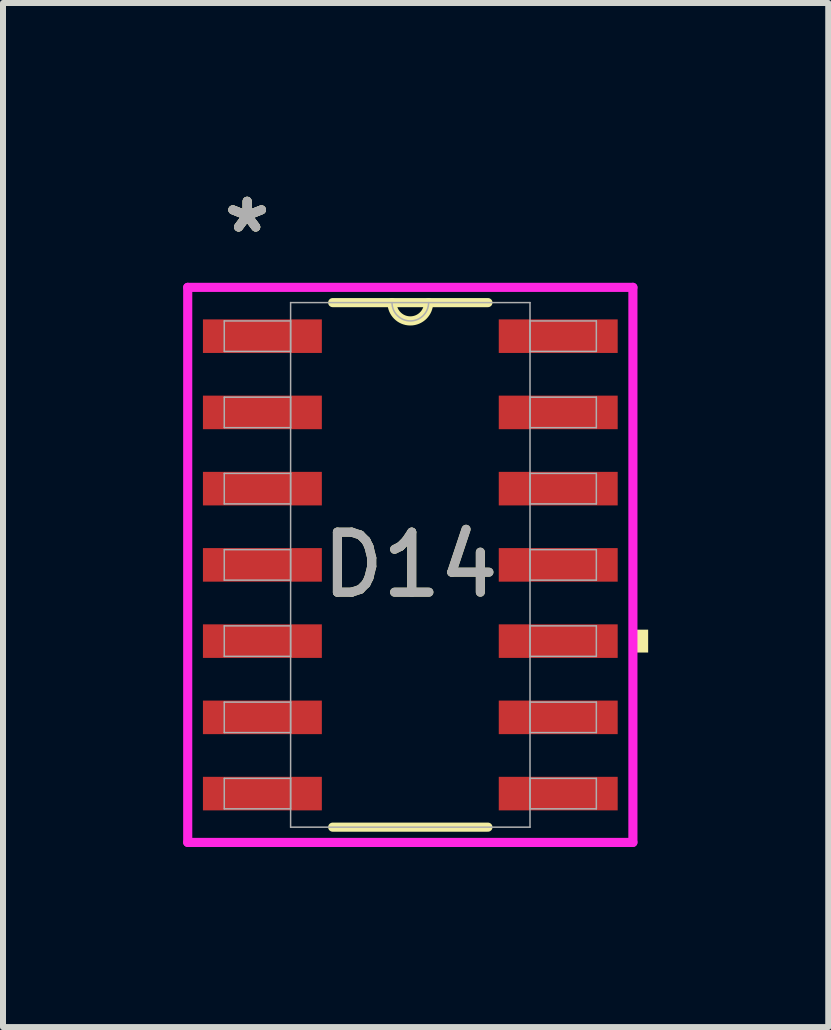
<source format=kicad_pcb>
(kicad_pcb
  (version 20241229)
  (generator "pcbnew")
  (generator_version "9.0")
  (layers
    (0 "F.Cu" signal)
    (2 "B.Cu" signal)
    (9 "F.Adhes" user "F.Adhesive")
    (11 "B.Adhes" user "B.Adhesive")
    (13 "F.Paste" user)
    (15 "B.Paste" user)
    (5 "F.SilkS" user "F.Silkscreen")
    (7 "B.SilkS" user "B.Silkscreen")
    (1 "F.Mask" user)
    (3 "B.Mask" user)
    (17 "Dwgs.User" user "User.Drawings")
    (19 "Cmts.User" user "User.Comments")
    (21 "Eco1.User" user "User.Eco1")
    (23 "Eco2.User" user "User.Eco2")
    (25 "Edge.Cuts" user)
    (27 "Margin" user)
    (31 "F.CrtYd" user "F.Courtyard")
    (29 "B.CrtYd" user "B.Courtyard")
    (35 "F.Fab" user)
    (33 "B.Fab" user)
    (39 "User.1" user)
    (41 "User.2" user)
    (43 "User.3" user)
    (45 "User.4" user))
  (footprint "D14"
    (layer "F.Cu")
    (at 3.785 6.36)
    (property "Reference" "D14" (at 0 0 0) (unlocked yes) (layer "F.SilkS") (effects (font (size 1 1) (thickness 0.15))))
    (attr smd)
    (fp_line (start -1.293 4.369) (end 1.293 4.369) (stroke (width 0.152) (type solid)) (layer "F.SilkS"))
    (fp_line (start 1.293 -4.369) (end -1.293 -4.369) (stroke (width 0.152) (type solid)) (layer "F.SilkS"))
    (fp_arc (start 0.3048 -4.3688) (mid 0 -4.064) (end -0.3048 -4.3688) (stroke (width 0.1524) (type solid)) (layer "F.SilkS"))
    (fp_poly (pts (xy 3.962 1.079) (xy 3.962 1.46) (xy 3.708 1.46) (xy 3.708 1.079)) (stroke (width 0) (type solid)) (fill yes) (layer "F.SilkS"))
    (fp_line (start -3.708 -4.623) (end 3.708 -4.623) (stroke (width 0.152) (type solid)) (layer "F.CrtYd"))
    (fp_line (start -3.708 4.623) (end -3.708 -4.623) (stroke (width 0.152) (type solid)) (layer "F.CrtYd"))
    (fp_line (start 3.708 -4.623) (end 3.708 4.623) (stroke (width 0.152) (type solid)) (layer "F.CrtYd"))
    (fp_line (start 3.708 4.623) (end -3.708 4.623) (stroke (width 0.152) (type solid)) (layer "F.CrtYd"))
    (fp_line (start -3.099 -4.064) (end -3.099 -3.556) (stroke (width 0.025) (type solid)) (layer "F.Fab"))
    (fp_line (start -3.099 -3.556) (end -1.994 -3.556) (stroke (width 0.025) (type solid)) (layer "F.Fab"))
    (fp_line (start -3.099 -2.794) (end -3.099 -2.286) (stroke (width 0.025) (type solid)) (layer "F.Fab"))
    (fp_line (start -3.099 -2.286) (end -1.994 -2.286) (stroke (width 0.025) (type solid)) (layer "F.Fab"))
    (fp_line (start -3.099 -1.524) (end -3.099 -1.016) (stroke (width 0.025) (type solid)) (layer "F.Fab"))
    (fp_line (start -3.099 -1.016) (end -1.994 -1.016) (stroke (width 0.025) (type solid)) (layer "F.Fab"))
    (fp_line (start -3.099 -0.254) (end -3.099 0.254) (stroke (width 0.025) (type solid)) (layer "F.Fab"))
    (fp_line (start -3.099 0.254) (end -1.994 0.254) (stroke (width 0.025) (type solid)) (layer "F.Fab"))
    (fp_line (start -3.099 1.016) (end -3.099 1.524) (stroke (width 0.025) (type solid)) (layer "F.Fab"))
    (fp_line (start -3.099 1.524) (end -1.994 1.524) (stroke (width 0.025) (type solid)) (layer "F.Fab"))
    (fp_line (start -3.099 2.286) (end -3.099 2.794) (stroke (width 0.025) (type solid)) (layer "F.Fab"))
    (fp_line (start -3.099 2.794) (end -1.994 2.794) (stroke (width 0.025) (type solid)) (layer "F.Fab"))
    (fp_line (start -3.099 3.556) (end -3.099 4.064) (stroke (width 0.025) (type solid)) (layer "F.Fab"))
    (fp_line (start -3.099 4.064) (end -1.994 4.064) (stroke (width 0.025) (type solid)) (layer "F.Fab"))
    (fp_line (start -1.994 -4.369) (end -1.994 4.369) (stroke (width 0.025) (type solid)) (layer "F.Fab"))
    (fp_line (start -1.994 -4.064) (end -3.099 -4.064) (stroke (width 0.025) (type solid)) (layer "F.Fab"))
    (fp_line (start -1.994 -3.556) (end -1.994 -4.064) (stroke (width 0.025) (type solid)) (layer "F.Fab"))
    (fp_line (start -1.994 -2.794) (end -3.099 -2.794) (stroke (width 0.025) (type solid)) (layer "F.Fab"))
    (fp_line (start -1.994 -2.286) (end -1.994 -2.794) (stroke (width 0.025) (type solid)) (layer "F.Fab"))
    (fp_line (start -1.994 -1.524) (end -3.099 -1.524) (stroke (width 0.025) (type solid)) (layer "F.Fab"))
    (fp_line (start -1.994 -1.016) (end -1.994 -1.524) (stroke (width 0.025) (type solid)) (layer "F.Fab"))
    (fp_line (start -1.994 -0.254) (end -3.099 -0.254) (stroke (width 0.025) (type solid)) (layer "F.Fab"))
    (fp_line (start -1.994 0.254) (end -1.994 -0.254) (stroke (width 0.025) (type solid)) (layer "F.Fab"))
    (fp_line (start -1.994 1.016) (end -3.099 1.016) (stroke (width 0.025) (type solid)) (layer "F.Fab"))
    (fp_line (start -1.994 1.524) (end -1.994 1.016) (stroke (width 0.025) (type solid)) (layer "F.Fab"))
    (fp_line (start -1.994 2.286) (end -3.099 2.286) (stroke (width 0.025) (type solid)) (layer "F.Fab"))
    (fp_line (start -1.994 2.794) (end -1.994 2.286) (stroke (width 0.025) (type solid)) (layer "F.Fab"))
    (fp_line (start -1.994 3.556) (end -3.099 3.556) (stroke (width 0.025) (type solid)) (layer "F.Fab"))
    (fp_line (start -1.994 4.064) (end -1.994 3.556) (stroke (width 0.025) (type solid)) (layer "F.Fab"))
    (fp_line (start -1.994 4.369) (end 1.994 4.369) (stroke (width 0.025) (type solid)) (layer "F.Fab"))
    (fp_line (start 1.994 -4.369) (end -1.994 -4.369) (stroke (width 0.025) (type solid)) (layer "F.Fab"))
    (fp_line (start 1.994 -4.064) (end 1.994 -3.556) (stroke (width 0.025) (type solid)) (layer "F.Fab"))
    (fp_line (start 1.994 -3.556) (end 3.099 -3.556) (stroke (width 0.025) (type solid)) (layer "F.Fab"))
    (fp_line (start 1.994 -2.794) (end 1.994 -2.286) (stroke (width 0.025) (type solid)) (layer "F.Fab"))
    (fp_line (start 1.994 -2.286) (end 3.099 -2.286) (stroke (width 0.025) (type solid)) (layer "F.Fab"))
    (fp_line (start 1.994 -1.524) (end 1.994 -1.016) (stroke (width 0.025) (type solid)) (layer "F.Fab"))
    (fp_line (start 1.994 -1.016) (end 3.099 -1.016) (stroke (width 0.025) (type solid)) (layer "F.Fab"))
    (fp_line (start 1.994 -0.254) (end 1.994 0.254) (stroke (width 0.025) (type solid)) (layer "F.Fab"))
    (fp_line (start 1.994 0.254) (end 3.099 0.254) (stroke (width 0.025) (type solid)) (layer "F.Fab"))
    (fp_line (start 1.994 1.016) (end 1.994 1.524) (stroke (width 0.025) (type solid)) (layer "F.Fab"))
    (fp_line (start 1.994 1.524) (end 3.099 1.524) (stroke (width 0.025) (type solid)) (layer "F.Fab"))
    (fp_line (start 1.994 2.286) (end 1.994 2.794) (stroke (width 0.025) (type solid)) (layer "F.Fab"))
    (fp_line (start 1.994 2.794) (end 3.099 2.794) (stroke (width 0.025) (type solid)) (layer "F.Fab"))
    (fp_line (start 1.994 3.556) (end 1.994 4.064) (stroke (width 0.025) (type solid)) (layer "F.Fab"))
    (fp_line (start 1.994 4.064) (end 3.099 4.064) (stroke (width 0.025) (type solid)) (layer "F.Fab"))
    (fp_line (start 1.994 4.369) (end 1.994 -4.369) (stroke (width 0.025) (type solid)) (layer "F.Fab"))
    (fp_line (start 3.099 -4.064) (end 1.994 -4.064) (stroke (width 0.025) (type solid)) (layer "F.Fab"))
    (fp_line (start 3.099 -3.556) (end 3.099 -4.064) (stroke (width 0.025) (type solid)) (layer "F.Fab"))
    (fp_line (start 3.099 -2.794) (end 1.994 -2.794) (stroke (width 0.025) (type solid)) (layer "F.Fab"))
    (fp_line (start 3.099 -2.286) (end 3.099 -2.794) (stroke (width 0.025) (type solid)) (layer "F.Fab"))
    (fp_line (start 3.099 -1.524) (end 1.994 -1.524) (stroke (width 0.025) (type solid)) (layer "F.Fab"))
    (fp_line (start 3.099 -1.016) (end 3.099 -1.524) (stroke (width 0.025) (type solid)) (layer "F.Fab"))
    (fp_line (start 3.099 -0.254) (end 1.994 -0.254) (stroke (width 0.025) (type solid)) (layer "F.Fab"))
    (fp_line (start 3.099 0.254) (end 3.099 -0.254) (stroke (width 0.025) (type solid)) (layer "F.Fab"))
    (fp_line (start 3.099 1.016) (end 1.994 1.016) (stroke (width 0.025) (type solid)) (layer "F.Fab"))
    (fp_line (start 3.099 1.524) (end 3.099 1.016) (stroke (width 0.025) (type solid)) (layer "F.Fab"))
    (fp_line (start 3.099 2.286) (end 1.994 2.286) (stroke (width 0.025) (type solid)) (layer "F.Fab"))
    (fp_line (start 3.099 2.794) (end 3.099 2.286) (stroke (width 0.025) (type solid)) (layer "F.Fab"))
    (fp_line (start 3.099 3.556) (end 1.994 3.556) (stroke (width 0.025) (type solid)) (layer "F.Fab"))
    (fp_line (start 3.099 4.064) (end 3.099 3.556) (stroke (width 0.025) (type solid)) (layer "F.Fab"))
    (fp_arc (start 0.3048 -4.3688) (mid 0 -4.064) (end -0.3048 -4.3688) (stroke (width 0.0254) (type solid)) (layer "F.Fab"))
    (fp_text user "*" (at -2.718 -5.512 0) (layer "F.SilkS") (effects (font (size 1 1) (thickness 0.15))))
    (fp_text user "*" (at -2.718 -5.512 0) (unlocked yes) (layer "F.SilkS") (effects (font (size 1 1) (thickness 0.15))))
    (fp_text user "${REFERENCE}" (at 0 0 0) (unlocked yes) (layer "F.Fab") (effects (font (size 1 1) (thickness 0.15))))
    (fp_text user "*" (at -2.718 -5.512 0) (layer "F.Fab") (effects (font (size 1 1) (thickness 0.15))))
    (fp_text user "*" (at -2.718 -5.512 0) (unlocked yes) (layer "F.Fab") (effects (font (size 1 1) (thickness 0.15))))
    (pad "1" smd rect (at -2.464 -3.81) (size 1.981 0.559) (layers "F.Cu" "F.Mask" "F.Paste"))
    (pad "2" smd rect (at -2.464 -2.54) (size 1.981 0.559) (layers "F.Cu" "F.Mask" "F.Paste"))
    (pad "3" smd rect (at -2.464 -1.27) (size 1.981 0.559) (layers "F.Cu" "F.Mask" "F.Paste"))
    (pad "4" smd rect (at -2.464 0) (size 1.981 0.559) (layers "F.Cu" "F.Mask" "F.Paste"))
    (pad "5" smd rect (at -2.464 1.27) (size 1.981 0.559) (layers "F.Cu" "F.Mask" "F.Paste"))
    (pad "6" smd rect (at -2.464 2.54) (size 1.981 0.559) (layers "F.Cu" "F.Mask" "F.Paste"))
    (pad "7" smd rect (at -2.464 3.81) (size 1.981 0.559) (layers "F.Cu" "F.Mask" "F.Paste"))
    (pad "8" smd rect (at 2.464 3.81) (size 1.981 0.559) (layers "F.Cu" "F.Mask" "F.Paste"))
    (pad "9" smd rect (at 2.464 2.54) (size 1.981 0.559) (layers "F.Cu" "F.Mask" "F.Paste"))
    (pad "10" smd rect (at 2.464 1.27) (size 1.981 0.559) (layers "F.Cu" "F.Mask" "F.Paste"))
    (pad "11" smd rect (at 2.464 0) (size 1.981 0.559) (layers "F.Cu" "F.Mask" "F.Paste"))
    (pad "12" smd rect (at 2.464 -1.27) (size 1.981 0.559) (layers "F.Cu" "F.Mask" "F.Paste"))
    (pad "13" smd rect (at 2.464 -2.54) (size 1.981 0.559) (layers "F.Cu" "F.Mask" "F.Paste"))
    (pad "14" smd rect (at 2.464 -3.81) (size 1.981 0.559) (layers "F.Cu" "F.Mask" "F.Paste")))
  (gr_rect
    (start -3 -3)
    (end 10.747 14.059)
    (stroke (width 0.1) (type default))
    (fill no)
    (layer "Edge.Cuts")))
</source>
